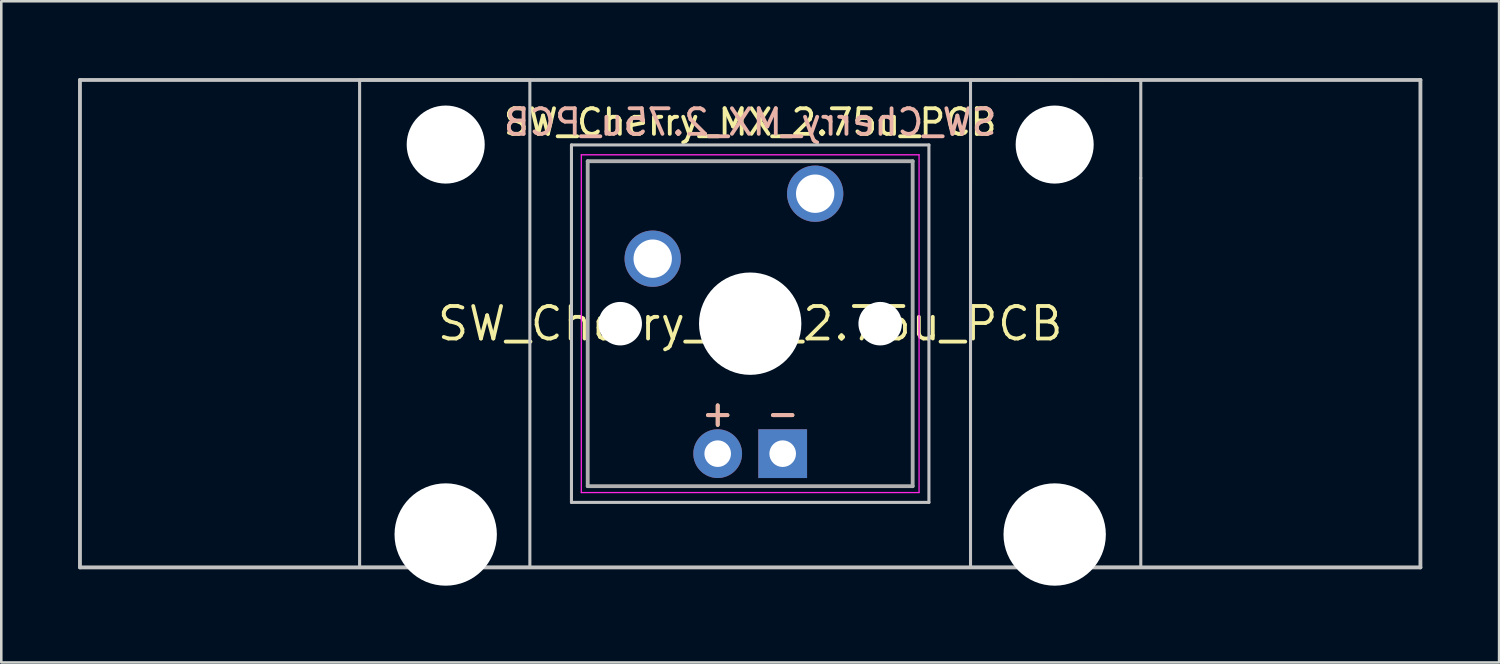
<source format=kicad_pcb>
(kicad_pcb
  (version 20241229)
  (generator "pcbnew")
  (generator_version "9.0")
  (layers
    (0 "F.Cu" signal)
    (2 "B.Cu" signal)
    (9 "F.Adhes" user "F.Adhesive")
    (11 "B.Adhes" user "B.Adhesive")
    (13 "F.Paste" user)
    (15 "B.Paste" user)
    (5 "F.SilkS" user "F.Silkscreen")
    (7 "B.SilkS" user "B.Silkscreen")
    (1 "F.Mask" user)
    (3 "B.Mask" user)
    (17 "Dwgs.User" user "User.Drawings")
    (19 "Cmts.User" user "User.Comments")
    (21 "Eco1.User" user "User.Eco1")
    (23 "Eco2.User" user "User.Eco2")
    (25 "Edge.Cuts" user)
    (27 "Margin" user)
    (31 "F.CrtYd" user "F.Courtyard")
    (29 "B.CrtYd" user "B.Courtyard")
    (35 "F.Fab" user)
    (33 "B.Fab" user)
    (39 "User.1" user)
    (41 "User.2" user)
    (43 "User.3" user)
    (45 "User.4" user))
  (footprint "SW_Cherry_MX_2.75u_PCB"
    (layer "F.Cu")
    (at 26.269 9.6)
    (property "Reference" "SW_Cherry_MX_2.75u_PCB" (at 0 0 0) (layer "F.SilkS") (effects (font (size 1.27 1.27) (thickness 0.15))))
    (attr through_hole)
    (fp_line (start -26.194 -9.525) (end 26.194 -9.525) (stroke (width 0.15) (type solid)) (layer "Dwgs.User"))
    (fp_line (start -26.194 9.525) (end -26.194 -9.525) (stroke (width 0.15) (type solid)) (layer "Dwgs.User"))
    (fp_line (start -15.265 9.525) (end -15.265 -9.525) (stroke (width 0.12) (type solid)) (layer "Dwgs.User"))
    (fp_line (start -15.265 9.525) (end -8.611 9.525) (stroke (width 0.12) (type solid)) (layer "Dwgs.User"))
    (fp_line (start -8.611 -9.525) (end -15.265 -9.525) (stroke (width 0.12) (type solid)) (layer "Dwgs.User"))
    (fp_line (start -8.611 9.525) (end -8.611 -9.525) (stroke (width 0.12) (type solid)) (layer "Dwgs.User"))
    (fp_line (start -6.985 -6.985) (end 6.985 -6.985) (stroke (width 0.12) (type solid)) (layer "Dwgs.User"))
    (fp_line (start -6.985 6.985) (end -6.985 -6.985) (stroke (width 0.12) (type solid)) (layer "Dwgs.User"))
    (fp_line (start 6.985 -6.985) (end 6.985 6.985) (stroke (width 0.12) (type solid)) (layer "Dwgs.User"))
    (fp_line (start 6.985 6.985) (end -6.985 6.985) (stroke (width 0.12) (type solid)) (layer "Dwgs.User"))
    (fp_line (start 8.611 -5.69) (end 8.611 -9.525) (stroke (width 0.12) (type solid)) (layer "Dwgs.User"))
    (fp_line (start 8.611 -5.69) (end 8.611 9.525) (stroke (width 0.12) (type solid)) (layer "Dwgs.User"))
    (fp_line (start 8.611 9.525) (end 15.265 9.525) (stroke (width 0.12) (type solid)) (layer "Dwgs.User"))
    (fp_line (start 15.265 -9.512) (end 8.611 -9.525) (stroke (width 0.12) (type solid)) (layer "Dwgs.User"))
    (fp_line (start 15.265 -5.69) (end 15.265 -9.512) (stroke (width 0.12) (type solid)) (layer "Dwgs.User"))
    (fp_line (start 15.265 -5.69) (end 15.265 9.525) (stroke (width 0.12) (type solid)) (layer "Dwgs.User"))
    (fp_line (start 26.194 -9.525) (end 26.194 9.525) (stroke (width 0.15) (type solid)) (layer "Dwgs.User"))
    (fp_line (start 26.194 9.525) (end -26.194 9.525) (stroke (width 0.15) (type solid)) (layer "Dwgs.User"))
    (fp_line (start -16.129 -2.286) (end -15.265 -2.286) (stroke (width 0.05) (type solid)) (layer "Eco1.User"))
    (fp_line (start -16.129 0.508) (end -16.129 -2.286) (stroke (width 0.05) (type solid)) (layer "Eco1.User"))
    (fp_line (start -15.265 -5.69) (end -8.611 -5.69) (stroke (width 0.05) (type solid)) (layer "Eco1.User"))
    (fp_line (start -15.265 -2.286) (end -15.265 -5.69) (stroke (width 0.05) (type solid)) (layer "Eco1.User"))
    (fp_line (start -15.265 0.508) (end -16.129 0.508) (stroke (width 0.05) (type solid)) (layer "Eco1.User"))
    (fp_line (start -15.265 6.604) (end -15.265 0.508) (stroke (width 0.05) (type solid)) (layer "Eco1.User"))
    (fp_line (start -14.224 6.604) (end -15.265 6.604) (stroke (width 0.05) (type solid)) (layer "Eco1.User"))
    (fp_line (start -14.224 7.772) (end -14.224 6.604) (stroke (width 0.05) (type solid)) (layer "Eco1.User"))
    (fp_line (start -9.652 6.604) (end -9.652 7.772) (stroke (width 0.05) (type solid)) (layer "Eco1.User"))
    (fp_line (start -9.652 7.772) (end -14.224 7.772) (stroke (width 0.05) (type solid)) (layer "Eco1.User"))
    (fp_line (start -8.611 -5.69) (end -8.611 -4.877) (stroke (width 0.05) (type solid)) (layer "Eco1.User"))
    (fp_line (start -8.611 -4.877) (end -6.985 -4.877) (stroke (width 0.05) (type solid)) (layer "Eco1.User"))
    (fp_line (start -8.611 5.817) (end -8.611 6.604) (stroke (width 0.05) (type solid)) (layer "Eco1.User"))
    (fp_line (start -8.611 6.604) (end -9.652 6.604) (stroke (width 0.05) (type solid)) (layer "Eco1.User"))
    (fp_line (start -6.985 -6.985) (end 6.985 -6.985) (stroke (width 0.05) (type solid)) (layer "Eco1.User"))
    (fp_line (start -6.985 -4.877) (end -6.985 -6.985) (stroke (width 0.05) (type solid)) (layer "Eco1.User"))
    (fp_line (start -6.985 5.817) (end -8.611 5.817) (stroke (width 0.05) (type solid)) (layer "Eco1.User"))
    (fp_line (start -6.985 6.985) (end -6.985 5.817) (stroke (width 0.05) (type solid)) (layer "Eco1.User"))
    (fp_line (start 6.985 -6.985) (end 6.985 -4.877) (stroke (width 0.05) (type solid)) (layer "Eco1.User"))
    (fp_line (start 6.985 -4.877) (end 8.611 -4.877) (stroke (width 0.05) (type solid)) (layer "Eco1.User"))
    (fp_line (start 6.985 5.817) (end 6.985 6.985) (stroke (width 0.05) (type solid)) (layer "Eco1.User"))
    (fp_line (start 6.985 6.985) (end -6.985 6.985) (stroke (width 0.05) (type solid)) (layer "Eco1.User"))
    (fp_line (start 8.611 -5.69) (end 15.265 -5.69) (stroke (width 0.05) (type solid)) (layer "Eco1.User"))
    (fp_line (start 8.611 -4.877) (end 8.611 -5.69) (stroke (width 0.05) (type solid)) (layer "Eco1.User"))
    (fp_line (start 8.611 5.817) (end 6.985 5.817) (stroke (width 0.05) (type solid)) (layer "Eco1.User"))
    (fp_line (start 8.611 6.604) (end 8.611 5.817) (stroke (width 0.05) (type solid)) (layer "Eco1.User"))
    (fp_line (start 9.652 6.604) (end 8.611 6.604) (stroke (width 0.05) (type solid)) (layer "Eco1.User"))
    (fp_line (start 9.652 7.772) (end 9.652 6.604) (stroke (width 0.05) (type solid)) (layer "Eco1.User"))
    (fp_line (start 14.224 6.604) (end 14.224 7.772) (stroke (width 0.05) (type solid)) (layer "Eco1.User"))
    (fp_line (start 14.224 7.772) (end 9.652 7.772) (stroke (width 0.05) (type solid)) (layer "Eco1.User"))
    (fp_line (start 15.265 -5.69) (end 15.265 -2.286) (stroke (width 0.05) (type solid)) (layer "Eco1.User"))
    (fp_line (start 15.265 -2.286) (end 16.129 -2.286) (stroke (width 0.05) (type solid)) (layer "Eco1.User"))
    (fp_line (start 15.265 0.508) (end 15.265 6.604) (stroke (width 0.05) (type solid)) (layer "Eco1.User"))
    (fp_line (start 15.265 6.604) (end 14.224 6.604) (stroke (width 0.05) (type solid)) (layer "Eco1.User"))
    (fp_line (start 16.129 -2.286) (end 16.129 0.508) (stroke (width 0.05) (type solid)) (layer "Eco1.User"))
    (fp_line (start 16.129 0.508) (end 15.265 0.508) (stroke (width 0.05) (type solid)) (layer "Eco1.User"))
    (fp_line (start -6.6 -6.6) (end 6.6 -6.6) (stroke (width 0.05) (type solid)) (layer "F.CrtYd"))
    (fp_line (start -6.6 6.6) (end -6.6 -6.6) (stroke (width 0.05) (type solid)) (layer "F.CrtYd"))
    (fp_line (start 6.6 -6.6) (end 6.6 6.6) (stroke (width 0.05) (type solid)) (layer "F.CrtYd"))
    (fp_line (start 6.6 6.6) (end -6.6 6.6) (stroke (width 0.05) (type solid)) (layer "F.CrtYd"))
    (fp_line (start -6.35 -6.35) (end 6.35 -6.35) (stroke (width 0.15) (type solid)) (layer "F.Fab"))
    (fp_line (start -6.35 6.35) (end -6.35 -6.35) (stroke (width 0.15) (type solid)) (layer "F.Fab"))
    (fp_line (start 6.35 -6.35) (end 6.35 6.35) (stroke (width 0.15) (type solid)) (layer "F.Fab"))
    (fp_line (start 6.35 6.35) (end -6.35 6.35) (stroke (width 0.15) (type solid)) (layer "F.Fab"))
    (fp_text user "${REFERENCE}" (at 0 -7.874 0) (layer "F.SilkS") (effects (font (size 1 1) (thickness 0.15))))
    (fp_text user "-" (at 1.27 3.5 0) (layer "F.SilkS") (effects (font (size 1 1) (thickness 0.15))))
    (fp_text user "+" (at -1.27 3.5 0) (layer "F.SilkS") (effects (font (size 1 1) (thickness 0.15))))
    (fp_text user "${REFERENCE}" (at 0 -7.874 0) (layer "B.SilkS") (effects (font (size 1 1) (thickness 0.15)) (justify mirror)))
    (fp_text user "-" (at 1.27 3.5 0) (layer "B.SilkS") (effects (font (size 1 1) (thickness 0.15))))
    (fp_text user "+" (at -1.27 3.5 0) (layer "B.SilkS") (effects (font (size 1 1) (thickness 0.15))))
    (pad "" np_thru_hole circle (at -11.9 -7) (size 3.05 3.05) (drill 3.05) (layers "*.Cu" "*.Mask"))
    (pad "" np_thru_hole circle (at -11.9 8.24) (size 4 4) (drill 4) (layers "*.Cu" "*.Mask"))
    (pad "" np_thru_hole circle (at -5.08 0) (size 1.7 1.7) (drill 1.7) (layers "*.Cu" "*.Mask"))
    (pad "" np_thru_hole circle (at 0 0) (size 4 4) (drill 4) (layers "*.Cu" "*.Mask"))
    (pad "" np_thru_hole circle (at 5.08 0) (size 1.7 1.7) (drill 1.7) (layers "*.Cu" "*.Mask"))
    (pad "" np_thru_hole circle (at 11.9 -7) (size 3.05 3.05) (drill 3.05) (layers "*.Cu" "*.Mask"))
    (pad "" np_thru_hole circle (at 11.9 8.24) (size 4 4) (drill 4) (layers "*.Cu" "*.Mask"))
    (pad "1" thru_hole circle (at 2.54 -5.08) (size 2.2 2.2) (drill 1.5) (layers "*.Cu" "*.Mask"))
    (pad "2" thru_hole circle (at -3.81 -2.54) (size 2.2 2.2) (drill 1.5) (layers "*.Cu" "*.Mask"))
    (pad "3" thru_hole circle (at -1.27 5.08) (size 1.905 1.905) (drill 1.04) (layers "*.Cu" "*.Mask"))
    (pad "4" thru_hole rect (at 1.27 5.08) (size 1.905 1.905) (drill 1.04) (layers "*.Cu" "*.Mask")))
  (gr_rect
    (start -3 -3)
    (end 55.538 22.84)
    (stroke (width 0.1) (type default))
    (fill no)
    (layer "Edge.Cuts")))
</source>
